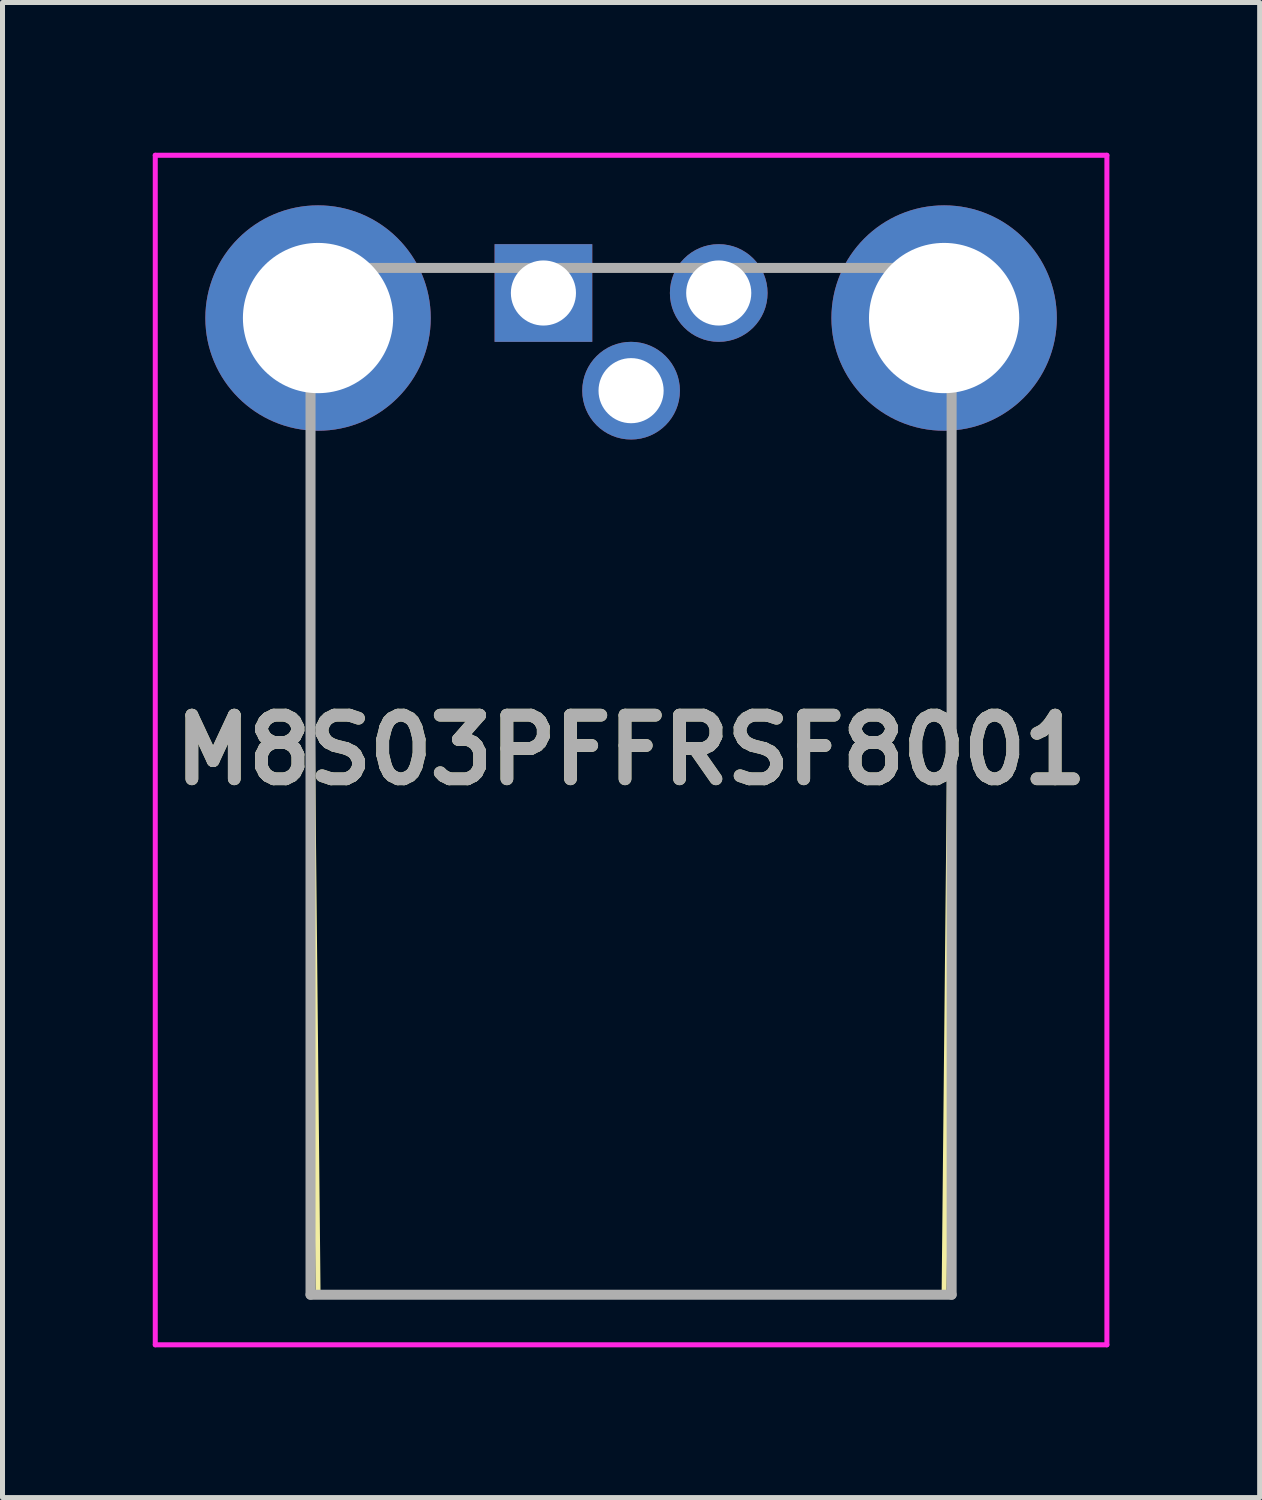
<source format=kicad_pcb>
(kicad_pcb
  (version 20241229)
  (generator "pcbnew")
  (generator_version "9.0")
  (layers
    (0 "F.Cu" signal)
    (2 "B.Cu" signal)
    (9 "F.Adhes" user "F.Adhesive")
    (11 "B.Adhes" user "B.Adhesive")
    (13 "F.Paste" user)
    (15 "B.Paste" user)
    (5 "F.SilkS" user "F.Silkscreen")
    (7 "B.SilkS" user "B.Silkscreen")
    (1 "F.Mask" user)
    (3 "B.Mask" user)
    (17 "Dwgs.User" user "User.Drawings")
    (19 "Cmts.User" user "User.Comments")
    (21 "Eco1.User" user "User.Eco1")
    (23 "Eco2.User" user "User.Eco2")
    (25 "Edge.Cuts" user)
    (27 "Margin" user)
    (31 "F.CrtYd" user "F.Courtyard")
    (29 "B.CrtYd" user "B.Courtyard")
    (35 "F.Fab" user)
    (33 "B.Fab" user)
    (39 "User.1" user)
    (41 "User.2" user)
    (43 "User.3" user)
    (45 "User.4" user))
  (footprint "M8S03PFFRSF8001"
    (layer "F.Cu")
    (at 9.55 2.8)
    (property "Reference" "M8S03PFFRSF8001" (at 0 9.125 0) (layer "F.SilkS") (effects (font (size 1.27 1.27) (thickness 0.254))))
    (attr through_hole)
    (fp_line (start -6.4 5.08) (end -6.25 20) (stroke (width 0.1) (type solid)) (layer "F.SilkS"))
    (fp_line (start -6.25 20) (end 6.25 20) (stroke (width 0.1) (type solid)) (layer "F.SilkS"))
    (fp_line (start 6.25 20) (end 6.4 5.08) (stroke (width 0.1) (type solid)) (layer "F.SilkS"))
    (fp_line (start -9.5 -2.75) (end 9.5 -2.75) (stroke (width 0.1) (type solid)) (layer "F.CrtYd"))
    (fp_line (start -9.5 21) (end -9.5 -2.75) (stroke (width 0.1) (type solid)) (layer "F.CrtYd"))
    (fp_line (start 9.5 -2.75) (end 9.5 21) (stroke (width 0.1) (type solid)) (layer "F.CrtYd"))
    (fp_line (start 9.5 21) (end -9.5 21) (stroke (width 0.1) (type solid)) (layer "F.CrtYd"))
    (fp_line (start -6.4 -0.5) (end 6.4 -0.5) (stroke (width 0.2) (type solid)) (layer "F.Fab"))
    (fp_line (start -6.4 20) (end -6.4 -0.5) (stroke (width 0.2) (type solid)) (layer "F.Fab"))
    (fp_line (start 6.4 -0.5) (end 6.4 20) (stroke (width 0.2) (type solid)) (layer "F.Fab"))
    (fp_line (start 6.4 20) (end -6.4 20) (stroke (width 0.2) (type solid)) (layer "F.Fab"))
    (fp_text user "${REFERENCE}" (at 0 9.125 0) (layer "F.Fab") (effects (font (size 1.27 1.27) (thickness 0.254))))
    (pad "1" thru_hole rect (at -1.75 0) (size 1.95 1.95) (drill 1.3) (layers "*.Cu" "*.Mask"))
    (pad "3" thru_hole circle (at 1.75 0) (size 1.95 1.95) (drill 1.3) (layers "*.Cu" "*.Mask"))
    (pad "4" thru_hole circle (at 0 1.95) (size 1.95 1.95) (drill 1.3) (layers "*.Cu" "*.Mask"))
    (pad "MH1" thru_hole circle (at -6.25 0.5) (size 4.5 4.5) (drill 3) (layers "*.Cu" "*.Mask"))
    (pad "MH2" thru_hole circle (at 6.25 0.5) (size 4.5 4.5) (drill 3) (layers "*.Cu" "*.Mask")))
  (gr_rect
    (start -3 -3)
    (end 22.1 26.85)
    (stroke (width 0.1) (type default))
    (fill no)
    (layer "Edge.Cuts")))
</source>
